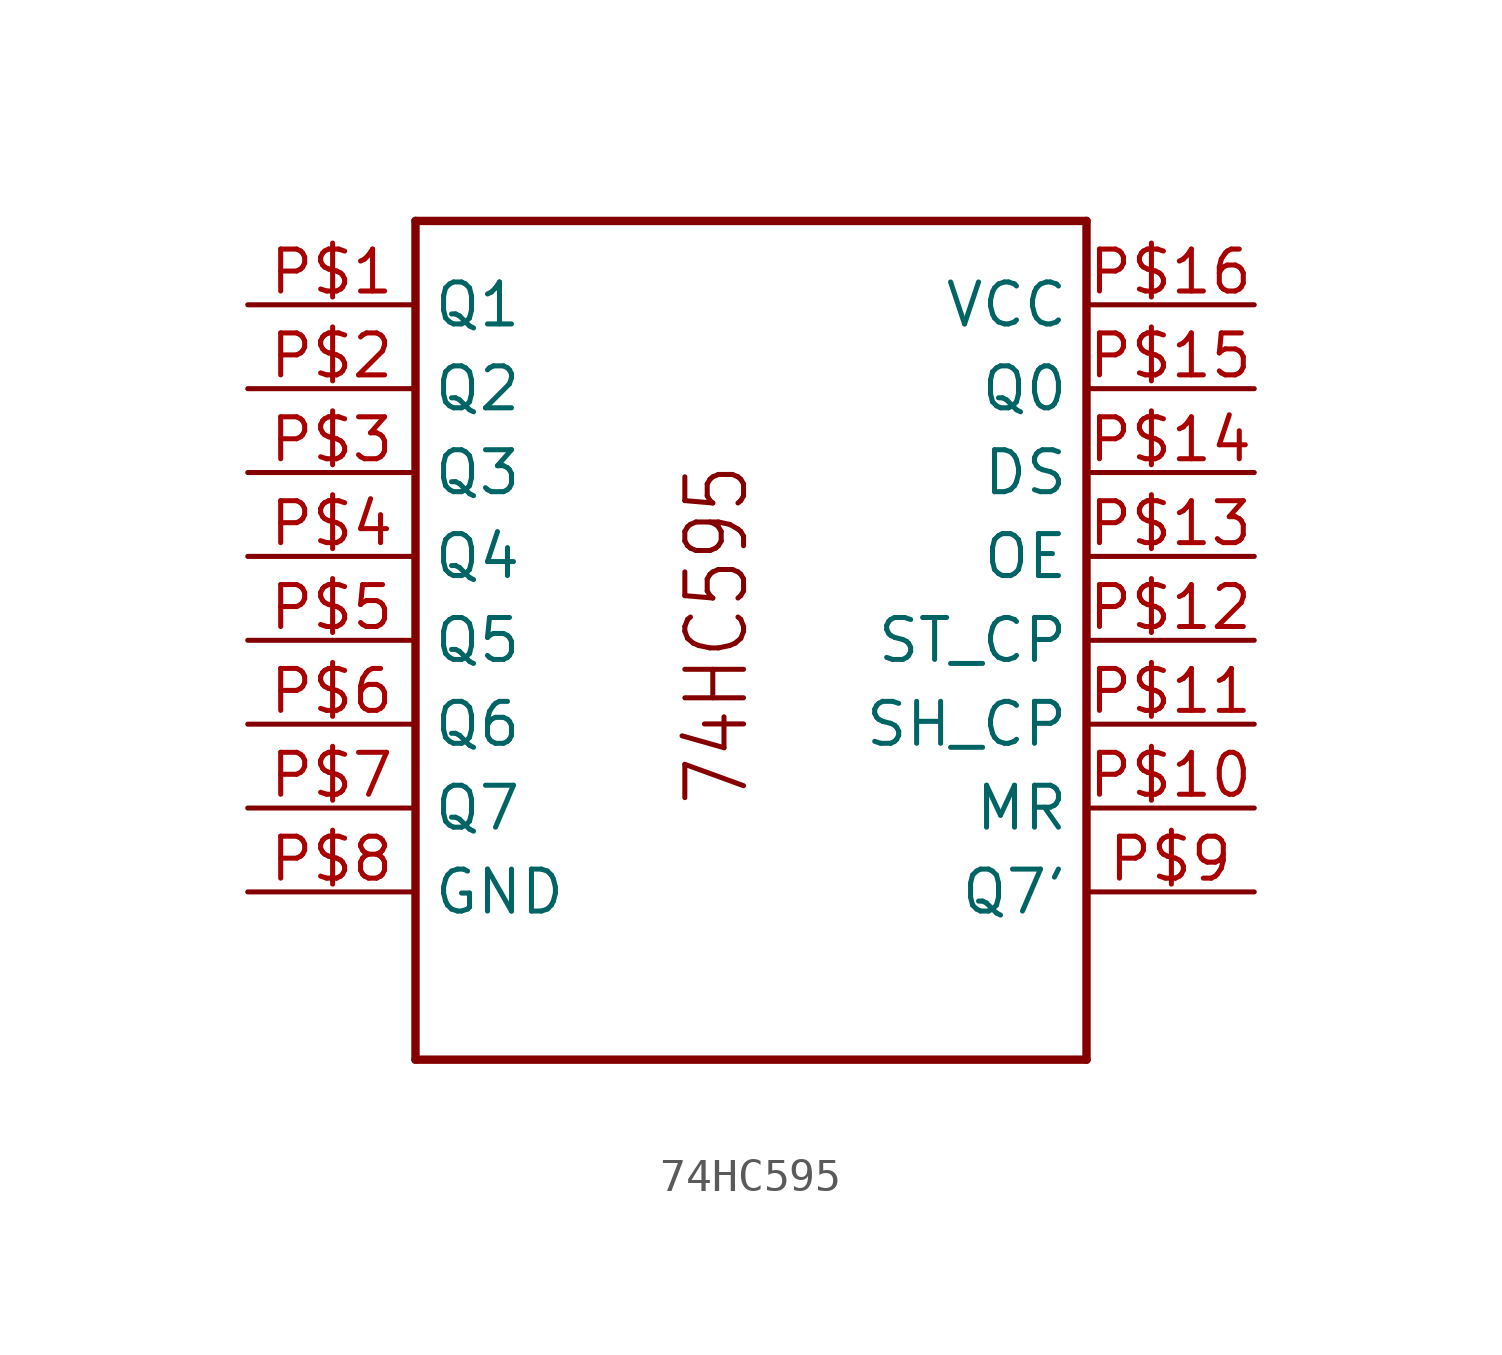
<source format=kicad_sym>
(kicad_symbol_lib
  (version 20220914)
  (generator kicad_symbol_editor)
  (symbol "74HC595"
    (property "Reference" ""
      (at 0 0 0)
      (effects (font (size 1.27 1.27)) hide))
    (property "ki_locked" ""
      (at 0 0 0)
      (effects (font (size 1.27 1.27))))
    (symbol "74HC595_1_0"
      (polyline (pts (xy -10.16 -12.7) (xy 10.16 -12.7)) (stroke (width 0.254) (type solid)) (fill (type none)))
      (polyline (pts (xy -10.16 12.7) (xy -10.16 -12.7)) (stroke (width 0.254) (type solid)) (fill (type none)))
      (polyline (pts (xy 10.16 -12.7) (xy 10.16 12.7)) (stroke (width 0.254) (type solid)) (fill (type none)))
      (polyline (pts (xy 10.16 12.7) (xy -10.16 12.7)) (stroke (width 0.254) (type solid)) (fill (type none)))
      (text "74HC595" (at 0 -5.08 900) (effects (font (size 1.778 1.511)) (justify left bottom)))
      (pin bidirectional line (at -15.24 10.16 0) (length 5.08) (name "Q1" (effects (font (size 1.27 1.27)))) (number "P$1" (effects (font (size 1.27 1.27)))))
      (pin bidirectional line (at 15.24 -5.08 180) (length 5.08) (name "MR" (effects (font (size 1.27 1.27)))) (number "P$10" (effects (font (size 1.27 1.27)))))
      (pin bidirectional line (at 15.24 -2.54 180) (length 5.08) (name "SH_CP" (effects (font (size 1.27 1.27)))) (number "P$11" (effects (font (size 1.27 1.27)))))
      (pin bidirectional line (at 15.24 0 180) (length 5.08) (name "ST_CP" (effects (font (size 1.27 1.27)))) (number "P$12" (effects (font (size 1.27 1.27)))))
      (pin bidirectional line (at 15.24 2.54 180) (length 5.08) (name "OE" (effects (font (size 1.27 1.27)))) (number "P$13" (effects (font (size 1.27 1.27)))))
      (pin bidirectional line (at 15.24 5.08 180) (length 5.08) (name "DS" (effects (font (size 1.27 1.27)))) (number "P$14" (effects (font (size 1.27 1.27)))))
      (pin bidirectional line (at 15.24 7.62 180) (length 5.08) (name "Q0" (effects (font (size 1.27 1.27)))) (number "P$15" (effects (font (size 1.27 1.27)))))
      (pin bidirectional line (at 15.24 10.16 180) (length 5.08) (name "VCC" (effects (font (size 1.27 1.27)))) (number "P$16" (effects (font (size 1.27 1.27)))))
      (pin bidirectional line (at -15.24 7.62 0) (length 5.08) (name "Q2" (effects (font (size 1.27 1.27)))) (number "P$2" (effects (font (size 1.27 1.27)))))
      (pin bidirectional line (at -15.24 5.08 0) (length 5.08) (name "Q3" (effects (font (size 1.27 1.27)))) (number "P$3" (effects (font (size 1.27 1.27)))))
      (pin bidirectional line (at -15.24 2.54 0) (length 5.08) (name "Q4" (effects (font (size 1.27 1.27)))) (number "P$4" (effects (font (size 1.27 1.27)))))
      (pin bidirectional line (at -15.24 0 0) (length 5.08) (name "Q5" (effects (font (size 1.27 1.27)))) (number "P$5" (effects (font (size 1.27 1.27)))))
      (pin bidirectional line (at -15.24 -2.54 0) (length 5.08) (name "Q6" (effects (font (size 1.27 1.27)))) (number "P$6" (effects (font (size 1.27 1.27)))))
      (pin bidirectional line (at -15.24 -5.08 0) (length 5.08) (name "Q7" (effects (font (size 1.27 1.27)))) (number "P$7" (effects (font (size 1.27 1.27)))))
      (pin bidirectional line (at -15.24 -7.62 0) (length 5.08) (name "GND" (effects (font (size 1.27 1.27)))) (number "P$8" (effects (font (size 1.27 1.27)))))
      (pin bidirectional line (at 15.24 -7.62 180) (length 5.08) (name "Q7'" (effects (font (size 1.27 1.27)))) (number "P$9" (effects (font (size 1.27 1.27))))))))
</source>
